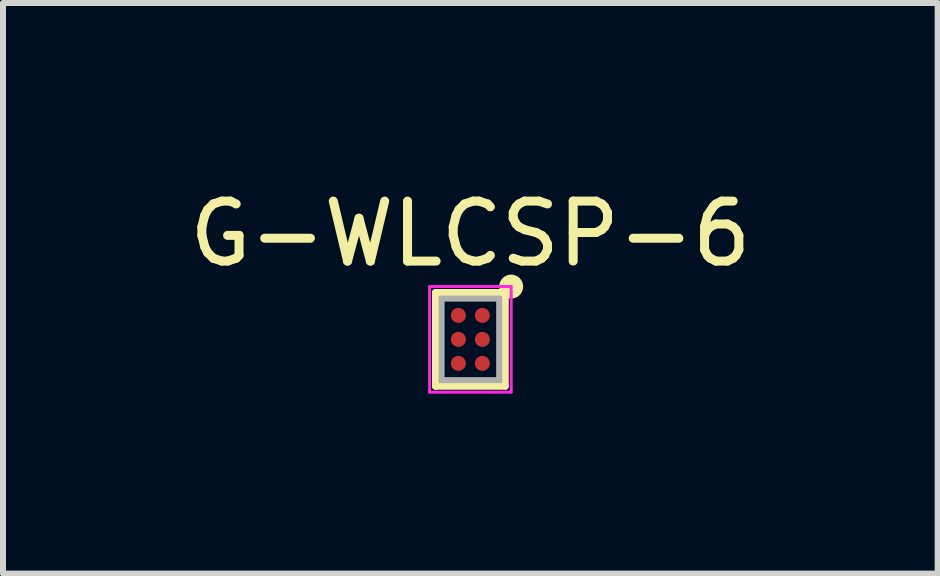
<source format=kicad_pcb>
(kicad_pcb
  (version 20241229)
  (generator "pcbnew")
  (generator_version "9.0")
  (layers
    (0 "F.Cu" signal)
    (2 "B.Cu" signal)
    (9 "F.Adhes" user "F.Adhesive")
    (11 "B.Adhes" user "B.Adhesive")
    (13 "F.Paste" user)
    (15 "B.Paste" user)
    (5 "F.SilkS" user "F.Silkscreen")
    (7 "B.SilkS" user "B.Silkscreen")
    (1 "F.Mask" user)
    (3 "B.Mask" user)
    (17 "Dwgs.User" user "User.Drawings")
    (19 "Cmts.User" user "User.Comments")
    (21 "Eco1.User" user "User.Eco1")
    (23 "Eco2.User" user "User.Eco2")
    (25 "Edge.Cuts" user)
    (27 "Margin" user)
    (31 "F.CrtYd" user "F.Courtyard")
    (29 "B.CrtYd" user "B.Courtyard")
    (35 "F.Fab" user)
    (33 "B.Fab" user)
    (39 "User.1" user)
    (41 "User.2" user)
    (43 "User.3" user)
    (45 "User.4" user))
  (footprint "G-WLCSP-6"
    (layer "F.Cu")
    (at 4.792 2.608)
    (property "Reference" "G-WLCSP-6" (at 0 -1.76 0) (layer "F.SilkS") (effects (font (size 1 1) (thickness 0.15))))
    (attr through_hole)
    (fp_line (start -0.58 -0.78) (end 0.58 -0.78) (stroke (width 0.12) (type solid)) (layer "F.SilkS"))
    (fp_line (start -0.58 0.78) (end -0.58 -0.78) (stroke (width 0.12) (type solid)) (layer "F.SilkS"))
    (fp_line (start 0.58 -0.78) (end 0.58 0.78) (stroke (width 0.12) (type solid)) (layer "F.SilkS"))
    (fp_line (start 0.58 0.78) (end -0.58 0.78) (stroke (width 0.12) (type solid)) (layer "F.SilkS"))
    (fp_circle (center 0.68 -0.88) (end 0.78 -0.88) (stroke (width 0.2) (type solid)) (fill no) (layer "F.SilkS"))
    (fp_line (start -0.68 -0.88) (end 0.68 -0.88) (stroke (width 0.05) (type solid)) (layer "F.CrtYd"))
    (fp_line (start -0.68 0.88) (end -0.68 -0.88) (stroke (width 0.05) (type solid)) (layer "F.CrtYd"))
    (fp_line (start 0.68 -0.88) (end 0.68 0.88) (stroke (width 0.05) (type solid)) (layer "F.CrtYd"))
    (fp_line (start 0.68 0.88) (end -0.68 0.88) (stroke (width 0.05) (type solid)) (layer "F.CrtYd"))
    (fp_line (start -0.48 -0.68) (end 0.48 -0.68) (stroke (width 0.1) (type solid)) (layer "F.Fab"))
    (fp_line (start -0.48 0.68) (end -0.48 -0.68) (stroke (width 0.1) (type solid)) (layer "F.Fab"))
    (fp_line (start 0.48 -0.68) (end 0.48 0.68) (stroke (width 0.1) (type solid)) (layer "F.Fab"))
    (fp_line (start 0.48 0.68) (end -0.48 0.68) (stroke (width 0.1) (type solid)) (layer "F.Fab"))
    (pad "A1" smd circle (at 0.2 -0.4) (size 0.25 0.25) (layers "F.Cu" "F.Mask" "F.Paste"))
    (pad "A2" smd circle (at -0.2 -0.4) (size 0.25 0.25) (layers "F.Cu" "F.Mask" "F.Paste"))
    (pad "B1" smd circle (at 0.2 0) (size 0.25 0.25) (layers "F.Cu" "F.Mask" "F.Paste"))
    (pad "B2" smd circle (at -0.2 0) (size 0.25 0.25) (layers "F.Cu" "F.Mask" "F.Paste"))
    (pad "C1" smd circle (at 0.2 0.4) (size 0.25 0.25) (layers "F.Cu" "F.Mask" "F.Paste"))
    (pad "C2" smd circle (at -0.2 0.4) (size 0.25 0.25) (layers "F.Cu" "F.Mask" "F.Paste")))
  (gr_rect
    (start -3 -3)
    (end 12.583 6.513)
    (stroke (width 0.1) (type default))
    (fill no)
    (layer "Edge.Cuts")))
</source>
